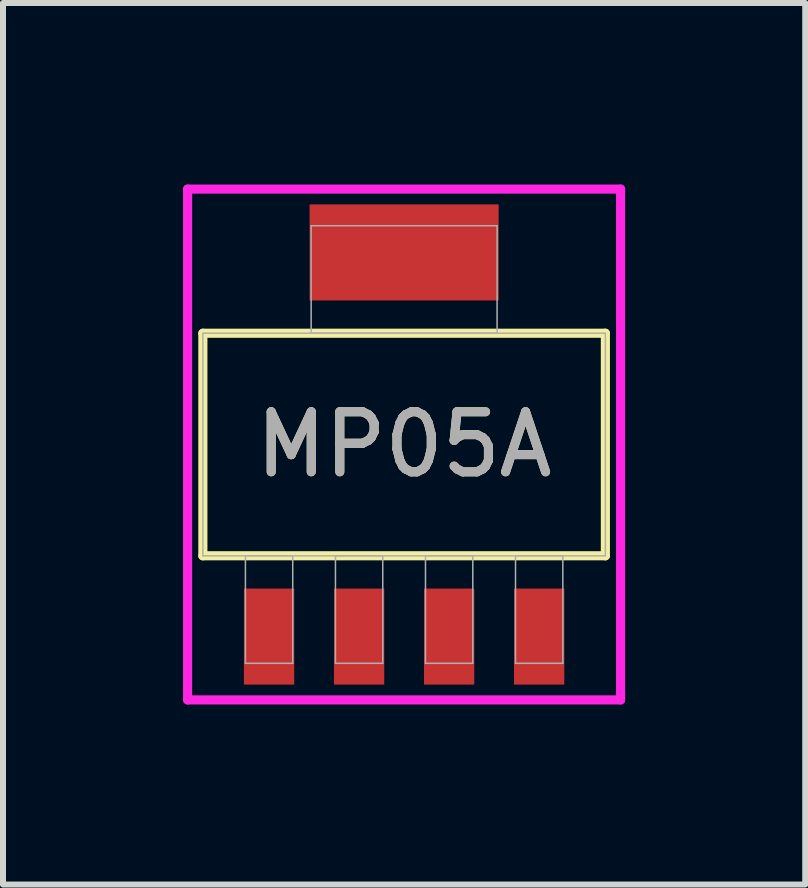
<source format=kicad_pcb>
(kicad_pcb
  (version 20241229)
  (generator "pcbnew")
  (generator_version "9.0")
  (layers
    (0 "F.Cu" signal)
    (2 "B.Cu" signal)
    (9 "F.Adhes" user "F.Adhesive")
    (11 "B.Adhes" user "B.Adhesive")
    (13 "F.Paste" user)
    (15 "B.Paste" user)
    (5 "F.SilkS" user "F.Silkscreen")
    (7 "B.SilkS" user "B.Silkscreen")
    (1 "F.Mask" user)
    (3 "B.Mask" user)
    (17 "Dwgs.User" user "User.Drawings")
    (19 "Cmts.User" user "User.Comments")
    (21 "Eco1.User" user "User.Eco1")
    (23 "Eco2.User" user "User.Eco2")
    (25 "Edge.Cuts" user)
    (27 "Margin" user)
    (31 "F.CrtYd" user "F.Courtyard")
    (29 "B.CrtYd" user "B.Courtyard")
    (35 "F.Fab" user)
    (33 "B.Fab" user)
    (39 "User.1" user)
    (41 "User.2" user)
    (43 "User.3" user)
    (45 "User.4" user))
  (footprint "MP05A"
    (layer "F.Cu")
    (at 3.683 4.356)
    (property "Reference" "MP05A" (at 0 0 0) (unlocked yes) (layer "F.SilkS") (effects (font (size 1 1) (thickness 0.15))))
    (attr smd)
    (fp_poly (pts (xy 1.6 -4.356) (xy -1.6 -4.356) (xy -1.6 -2.045) (xy 1.6 -2.045)) (stroke (width 0) (type solid)) (fill yes) (layer "F.Mask"))
    (fp_line (start -3.353 -1.854) (end -3.353 1.854) (stroke (width 0.152) (type solid)) (layer "F.SilkS"))
    (fp_line (start -3.353 1.854) (end 3.353 1.854) (stroke (width 0.152) (type solid)) (layer "F.SilkS"))
    (fp_line (start 3.353 -1.854) (end -3.353 -1.854) (stroke (width 0.152) (type solid)) (layer "F.SilkS"))
    (fp_line (start 3.353 1.854) (end 3.353 -1.854) (stroke (width 0.152) (type solid)) (layer "F.SilkS"))
    (fp_poly (pts (xy 1.575 -4) (xy -1.575 -4) (xy -1.575 -2.4) (xy 1.575 -2.4)) (stroke (width 0) (type solid)) (fill yes) (layer "F.Paste"))
    (fp_line (start -3.607 -4.255) (end 3.607 -4.255) (stroke (width 0.152) (type solid)) (layer "F.CrtYd"))
    (fp_line (start -3.607 4.255) (end -3.607 -4.255) (stroke (width 0.152) (type solid)) (layer "F.CrtYd"))
    (fp_line (start 3.607 -4.255) (end 3.607 4.255) (stroke (width 0.152) (type solid)) (layer "F.CrtYd"))
    (fp_line (start 3.607 4.255) (end -3.607 4.255) (stroke (width 0.152) (type solid)) (layer "F.CrtYd"))
    (fp_line (start -3.353 -1.854) (end -3.353 1.854) (stroke (width 0.025) (type solid)) (layer "F.Fab"))
    (fp_line (start -3.353 1.854) (end 3.353 1.854) (stroke (width 0.025) (type solid)) (layer "F.Fab"))
    (fp_line (start -2.644 1.854) (end -2.644 3.645) (stroke (width 0.025) (type solid)) (layer "F.Fab"))
    (fp_line (start -2.644 3.645) (end -1.856 3.645) (stroke (width 0.025) (type solid)) (layer "F.Fab"))
    (fp_line (start -1.856 1.854) (end -2.644 1.854) (stroke (width 0.025) (type solid)) (layer "F.Fab"))
    (fp_line (start -1.856 3.645) (end -1.856 1.854) (stroke (width 0.025) (type solid)) (layer "F.Fab"))
    (fp_line (start -1.549 -3.645) (end -1.549 -1.854) (stroke (width 0.025) (type solid)) (layer "F.Fab"))
    (fp_line (start -1.549 -1.854) (end 1.549 -1.854) (stroke (width 0.025) (type solid)) (layer "F.Fab"))
    (fp_line (start -1.144 1.854) (end -1.144 3.645) (stroke (width 0.025) (type solid)) (layer "F.Fab"))
    (fp_line (start -1.144 3.645) (end -0.356 3.645) (stroke (width 0.025) (type solid)) (layer "F.Fab"))
    (fp_line (start -0.356 1.854) (end -1.144 1.854) (stroke (width 0.025) (type solid)) (layer "F.Fab"))
    (fp_line (start -0.356 3.645) (end -0.356 1.854) (stroke (width 0.025) (type solid)) (layer "F.Fab"))
    (fp_line (start 0.356 1.854) (end 0.356 3.645) (stroke (width 0.025) (type solid)) (layer "F.Fab"))
    (fp_line (start 0.356 3.645) (end 1.144 3.645) (stroke (width 0.025) (type solid)) (layer "F.Fab"))
    (fp_line (start 1.144 1.854) (end 0.356 1.854) (stroke (width 0.025) (type solid)) (layer "F.Fab"))
    (fp_line (start 1.144 3.645) (end 1.144 1.854) (stroke (width 0.025) (type solid)) (layer "F.Fab"))
    (fp_line (start 1.549 -3.645) (end -1.549 -3.645) (stroke (width 0.025) (type solid)) (layer "F.Fab"))
    (fp_line (start 1.549 -1.854) (end 1.549 -3.645) (stroke (width 0.025) (type solid)) (layer "F.Fab"))
    (fp_line (start 1.856 1.854) (end 1.856 3.645) (stroke (width 0.025) (type solid)) (layer "F.Fab"))
    (fp_line (start 1.856 3.645) (end 2.644 3.645) (stroke (width 0.025) (type solid)) (layer "F.Fab"))
    (fp_line (start 2.644 1.854) (end 1.856 1.854) (stroke (width 0.025) (type solid)) (layer "F.Fab"))
    (fp_line (start 2.644 3.645) (end 2.644 1.854) (stroke (width 0.025) (type solid)) (layer "F.Fab"))
    (fp_line (start 3.353 -1.854) (end -3.353 -1.854) (stroke (width 0.025) (type solid)) (layer "F.Fab"))
    (fp_line (start 3.353 1.854) (end 3.353 -1.854) (stroke (width 0.025) (type solid)) (layer "F.Fab"))
    (fp_text user "${REFERENCE}" (at 0 0 0) (unlocked yes) (layer "F.Fab") (effects (font (size 1 1) (thickness 0.15))))
    (pad "1" smd rect (at -2.25 3.2) (size 0.838 1.6) (layers "F.Cu" "F.Mask" "F.Paste"))
    (pad "2" smd rect (at -0.75 3.2) (size 0.838 1.6) (layers "F.Cu" "F.Mask" "F.Paste"))
    (pad "3" smd rect (at 0.75 3.2) (size 0.838 1.6) (layers "F.Cu" "F.Mask" "F.Paste"))
    (pad "4" smd rect (at 2.25 3.2) (size 0.838 1.6) (layers "F.Cu" "F.Mask" "F.Paste"))
    (pad "5" smd custom (at 0 -3.645) (size 0.38 0.38) (layers "F.Cu") (options (anchor rect)) (primitives (gr_poly (pts (xy 1.575 -0.356) (xy -1.575 -0.356) (xy -1.575 1.245) (xy 1.575 1.245)) (width 0) (fill yes)))))
  (gr_rect
    (start -3 -3)
    (end 10.366 11.687)
    (stroke (width 0.1) (type default))
    (fill no)
    (layer "Edge.Cuts")))
</source>
